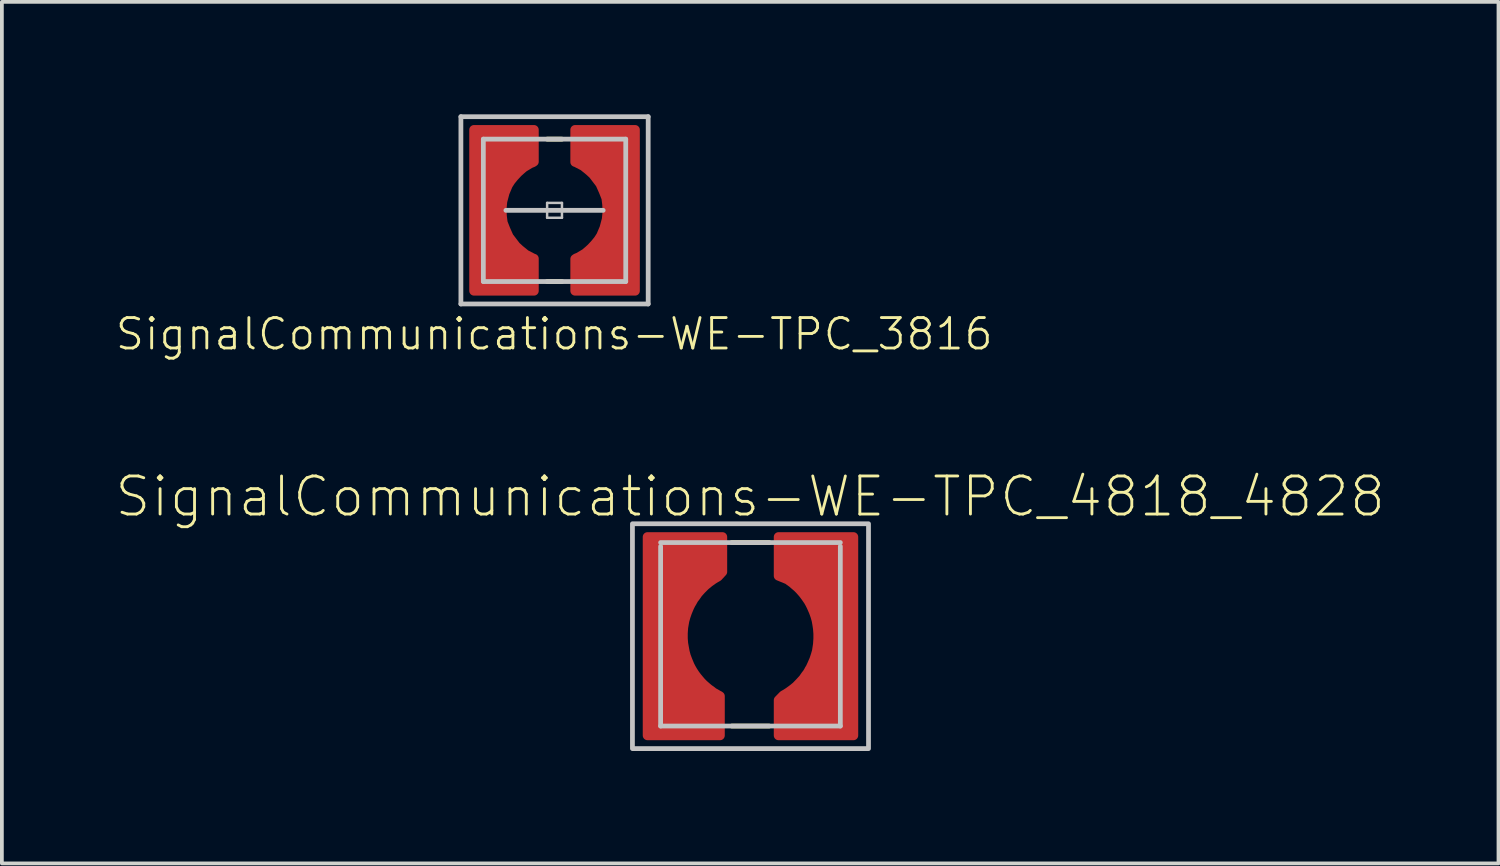
<source format=kicad_pcb>
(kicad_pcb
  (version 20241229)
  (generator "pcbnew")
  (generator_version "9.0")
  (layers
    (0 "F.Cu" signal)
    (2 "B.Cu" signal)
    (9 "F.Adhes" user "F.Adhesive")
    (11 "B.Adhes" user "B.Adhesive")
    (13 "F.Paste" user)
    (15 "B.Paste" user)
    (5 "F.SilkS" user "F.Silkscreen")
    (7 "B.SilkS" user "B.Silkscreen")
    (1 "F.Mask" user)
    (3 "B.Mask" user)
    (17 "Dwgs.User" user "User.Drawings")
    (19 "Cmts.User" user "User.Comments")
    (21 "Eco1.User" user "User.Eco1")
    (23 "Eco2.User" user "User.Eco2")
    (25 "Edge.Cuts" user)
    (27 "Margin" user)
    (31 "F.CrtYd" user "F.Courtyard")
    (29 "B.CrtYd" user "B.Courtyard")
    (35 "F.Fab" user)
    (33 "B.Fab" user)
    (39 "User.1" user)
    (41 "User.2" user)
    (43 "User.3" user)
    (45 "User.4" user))
  (footprint "SignalCommunications-WE-TPC_3816"
    (layer "F.Cu")
    (at 11.749 2.563)
    (property "Reference" "SignalCommunications-WE-TPC_3816" (at -0.008 3.302 0) (layer "F.SilkS") (effects (font (size 0.813 0.813) (thickness 0.076))))
    (attr smd)
    (fp_poly (pts (xy -2.149 -2.149) (xy -0.549 -2.149) (xy -0.549 -1.298) (xy -0.579 -1.278) (xy -0.648 -1.25) (xy -0.699 -1.219) (xy -0.818 -1.148) (xy -0.899 -1.079) (xy -0.978 -1.008) (xy -1.079 -0.899) (xy -1.168 -0.79) (xy -1.24 -0.678) (xy -1.328 -0.47) (xy -1.389 -0.239) (xy -1.41 -0.028) (xy -1.4 0.157) (xy -1.379 0.328) (xy -1.308 0.508) (xy -1.219 0.709) (xy -1.029 0.958) (xy -0.93 1.049) (xy -0.77 1.179) (xy -0.559 1.288) (xy -0.549 1.288) (xy -0.549 2.149) (xy -2.149 2.149) (xy -2.149 -2.149)) (stroke (width 0.254) (type solid)) (fill yes) (layer "F.Cu"))
    (fp_poly (pts (xy 2.149 2.149) (xy 0.549 2.149) (xy 0.549 1.298) (xy 0.579 1.278) (xy 0.648 1.25) (xy 0.699 1.219) (xy 0.818 1.148) (xy 0.899 1.079) (xy 0.978 1.008) (xy 1.079 0.899) (xy 1.168 0.79) (xy 1.24 0.678) (xy 1.328 0.47) (xy 1.389 0.239) (xy 1.41 0.028) (xy 1.4 -0.157) (xy 1.379 -0.328) (xy 1.308 -0.508) (xy 1.219 -0.709) (xy 1.029 -0.958) (xy 0.93 -1.049) (xy 0.77 -1.179) (xy 0.559 -1.288) (xy 0.549 -1.288) (xy 0.549 -2.149) (xy 2.149 -2.149) (xy 2.149 2.149)) (stroke (width 0.254) (type solid)) (fill yes) (layer "F.Cu"))
    (fp_poly (pts (xy -2.248 -2.248) (xy -0.45 -2.248) (xy -0.45 -1.219) (xy -0.579 -1.168) (xy -0.749 -1.069) (xy -0.909 -0.93) (xy -1.049 -0.78) (xy -1.158 -0.62) (xy -1.26 -0.378) (xy -1.288 -0.218) (xy -1.308 0.018) (xy -1.298 0.13) (xy -1.27 0.29) (xy -1.219 0.46) (xy -1.138 0.638) (xy -1.008 0.828) (xy -0.95 0.899) (xy -0.859 0.988) (xy -0.719 1.09) (xy -0.61 1.158) (xy -0.488 1.209) (xy -0.45 1.229) (xy -0.45 2.248) (xy -2.248 2.248) (xy -2.248 -2.248)) (stroke (width 0.254) (type solid)) (fill yes) (layer "F.Mask"))
    (fp_poly (pts (xy 2.248 2.248) (xy 0.45 2.248) (xy 0.45 1.219) (xy 0.579 1.168) (xy 0.749 1.069) (xy 0.909 0.93) (xy 1.049 0.78) (xy 1.158 0.62) (xy 1.26 0.378) (xy 1.288 0.218) (xy 1.308 -0.018) (xy 1.298 -0.13) (xy 1.27 -0.29) (xy 1.219 -0.46) (xy 1.138 -0.638) (xy 1.008 -0.828) (xy 0.95 -0.899) (xy 0.859 -0.988) (xy 0.719 -1.09) (xy 0.61 -1.158) (xy 0.488 -1.209) (xy 0.45 -1.229) (xy 0.45 -2.248) (xy 2.248 -2.248) (xy 2.248 2.248)) (stroke (width 0.254) (type solid)) (fill yes) (layer "F.Mask"))
    (fp_line (start -0.198 -1.9) (end 0.198 -1.9) (stroke (width 0.127) (type solid)) (layer "F.SilkS"))
    (fp_line (start -0.198 1.9) (end 0.198 1.9) (stroke (width 0.127) (type solid)) (layer "F.SilkS"))
    (fp_poly (pts (xy -0.549 -2.149) (xy -0.549 -1.288) (xy -0.599 -1.27) (xy -0.678 -1.229) (xy -0.77 -1.179) (xy -0.859 -1.11) (xy -0.93 -1.049) (xy -1.1 -0.879) (xy -1.219 -0.719) (xy -1.288 -0.569) (xy -1.369 -0.348) (xy -1.4 -0.119) (xy -1.41 0.048) (xy -1.379 0.249) (xy -1.349 0.399) (xy -1.288 0.559) (xy -1.199 0.729) (xy -1.079 0.909) (xy -0.93 1.049) (xy -0.859 1.11) (xy -0.749 1.189) (xy -0.549 1.288) (xy -0.549 2.149) (xy -2.149 2.149) (xy -2.149 -2.149) (xy -0.549 -2.149)) (stroke (width 0.254) (type solid)) (fill yes) (layer "F.Paste"))
    (fp_poly (pts (xy 0.549 2.149) (xy 0.549 1.288) (xy 0.599 1.27) (xy 0.678 1.229) (xy 0.77 1.179) (xy 0.859 1.11) (xy 0.93 1.049) (xy 1.1 0.879) (xy 1.219 0.719) (xy 1.288 0.569) (xy 1.369 0.348) (xy 1.4 0.119) (xy 1.41 -0.048) (xy 1.379 -0.249) (xy 1.349 -0.399) (xy 1.288 -0.559) (xy 1.199 -0.729) (xy 1.079 -0.909) (xy 0.93 -1.049) (xy 0.859 -1.11) (xy 0.749 -1.189) (xy 0.549 -1.288) (xy 0.549 -2.149) (xy 2.149 -2.149) (xy 2.149 2.149) (xy 0.549 2.149)) (stroke (width 0.254) (type solid)) (fill yes) (layer "F.Paste"))
    (fp_line (start -2.499 -2.499) (end 2.499 -2.499) (stroke (width 0.127) (type solid)) (layer "Dwgs.User"))
    (fp_line (start -2.499 2.499) (end -2.499 -2.499) (stroke (width 0.127) (type solid)) (layer "Dwgs.User"))
    (fp_line (start -1.9 -1.9) (end 1.9 -1.9) (stroke (width 0.127) (type solid)) (layer "Dwgs.User"))
    (fp_line (start -1.9 1.9) (end -1.9 -1.9) (stroke (width 0.127) (type solid)) (layer "Dwgs.User"))
    (fp_line (start -1.298 0) (end 1.298 0) (stroke (width 0.127) (type solid)) (layer "Dwgs.User"))
    (fp_line (start -0.198 -0.198) (end 0.198 -0.198) (stroke (width 0.066) (type solid)) (layer "Dwgs.User"))
    (fp_line (start -0.198 0.198) (end -0.198 -0.198) (stroke (width 0.066) (type solid)) (layer "Dwgs.User"))
    (fp_line (start -0.198 0.198) (end 0.198 0.198) (stroke (width 0.066) (type solid)) (layer "Dwgs.User"))
    (fp_line (start 0.198 0.198) (end 0.198 -0.198) (stroke (width 0.066) (type solid)) (layer "Dwgs.User"))
    (fp_line (start 1.9 -1.9) (end 1.9 1.9) (stroke (width 0.127) (type solid)) (layer "Dwgs.User"))
    (fp_line (start 1.9 1.9) (end -1.9 1.9) (stroke (width 0.127) (type solid)) (layer "Dwgs.User"))
    (fp_line (start 2.499 -2.499) (end 2.499 2.499) (stroke (width 0.127) (type solid)) (layer "Dwgs.User"))
    (fp_line (start 2.499 2.499) (end -2.499 2.499) (stroke (width 0.127) (type solid)) (layer "Dwgs.User"))
    (pad "1" smd rect (at -1.798 0 90) (size 4.298 0.599) (layers "F.Cu" "F.Mask" "F.Paste"))
    (pad "2" smd rect (at 1.798 0 270) (size 4.298 0.599) (layers "F.Cu" "F.Mask" "F.Paste")))
  (footprint "SignalCommunications-WE-TPC_4818_4828"
    (layer "F.Cu")
    (at 16.978 13.928)
    (property "Reference" "SignalCommunications-WE-TPC_4818_4828" (at -0.008 -3.726 0) (layer "F.SilkS") (effects (font (size 1.016 1.016) (thickness 0.076))))
    (attr smd)
    (fp_poly (pts (xy -0.813 2.649) (xy -0.813 1.6) (xy -0.991 1.499) (xy -1.039 1.46) (xy -1.11 1.41) (xy -1.171 1.359) (xy -1.25 1.29) (xy -1.311 1.229) (xy -1.369 1.161) (xy -1.42 1.1) (xy -1.481 1.019) (xy -1.539 0.93) (xy -1.58 0.859) (xy -1.621 0.78) (xy -1.679 0.64) (xy -1.72 0.531) (xy -1.75 0.419) (xy -1.77 0.31) (xy -1.791 0.191) (xy -1.801 0.061) (xy -1.801 -0.079) (xy -1.791 -0.229) (xy -1.76 -0.409) (xy -1.73 -0.518) (xy -1.689 -0.638) (xy -1.631 -0.777) (xy -1.59 -0.859) (xy -1.56 -0.907) (xy -1.539 -0.947) (xy -1.509 -0.998) (xy -1.471 -1.046) (xy -1.4 -1.148) (xy -1.311 -1.247) (xy -1.209 -1.349) (xy -1.1 -1.438) (xy -1.001 -1.509) (xy -0.94 -1.547) (xy -0.869 -1.587) (xy -0.749 -1.717) (xy -0.749 -2.649) (xy -2.748 -2.649) (xy -2.748 2.649) (xy -0.813 2.649)) (stroke (width 0.254) (type solid)) (fill yes) (layer "F.Cu"))
    (fp_poly (pts (xy 0.749 -2.649) (xy 0.749 -1.61) (xy 0.996 -1.509) (xy 1.046 -1.471) (xy 1.118 -1.42) (xy 1.176 -1.369) (xy 1.257 -1.3) (xy 1.316 -1.24) (xy 1.377 -1.171) (xy 1.427 -1.11) (xy 1.486 -1.029) (xy 1.547 -0.94) (xy 1.587 -0.869) (xy 1.626 -0.79) (xy 1.687 -0.65) (xy 1.727 -0.538) (xy 1.758 -0.429) (xy 1.778 -0.32) (xy 1.796 -0.201) (xy 1.806 -0.069) (xy 1.806 0.069) (xy 1.796 0.218) (xy 1.768 0.399) (xy 1.737 0.508) (xy 1.697 0.627) (xy 1.636 0.767) (xy 1.598 0.848) (xy 1.567 0.897) (xy 1.547 0.937) (xy 1.516 0.988) (xy 1.476 1.039) (xy 1.407 1.138) (xy 1.316 1.237) (xy 1.217 1.339) (xy 1.107 1.427) (xy 1.006 1.499) (xy 0.947 1.537) (xy 0.876 1.577) (xy 0.749 1.707) (xy 0.749 2.649) (xy 2.748 2.649) (xy 2.748 -2.649) (xy 0.749 -2.649)) (stroke (width 0.254) (type solid)) (fill yes) (layer "F.Cu"))
    (fp_poly (pts (xy -0.648 2.748) (xy -0.648 1.621) (xy -0.983 1.519) (xy -1.034 1.481) (xy -1.105 1.43) (xy -1.163 1.379) (xy -1.245 1.311) (xy -1.303 1.25) (xy -1.364 1.179) (xy -1.415 1.12) (xy -1.473 1.039) (xy -1.534 0.95) (xy -1.575 0.879) (xy -1.613 0.8) (xy -1.674 0.66) (xy -1.714 0.549) (xy -1.745 0.439) (xy -1.763 0.33) (xy -1.783 0.211) (xy -1.793 0.079) (xy -1.793 -0.058) (xy -1.783 -0.208) (xy -1.753 -0.389) (xy -1.725 -0.498) (xy -1.684 -0.617) (xy -1.623 -0.757) (xy -1.585 -0.838) (xy -1.554 -0.889) (xy -1.534 -0.927) (xy -1.504 -0.978) (xy -1.463 -1.029) (xy -1.394 -1.128) (xy -1.303 -1.227) (xy -1.204 -1.328) (xy -1.095 -1.417) (xy -0.993 -1.488) (xy -0.935 -1.527) (xy -0.864 -1.567) (xy -0.648 -1.697) (xy -0.648 -2.748) (xy -2.85 -2.748) (xy -2.85 2.748) (xy -0.648 2.748)) (stroke (width 0.254) (type solid)) (fill yes) (layer "F.Mask"))
    (fp_poly (pts (xy 0.648 -2.748) (xy 0.648 -1.603) (xy 0.98 -1.504) (xy 1.029 -1.463) (xy 1.1 -1.415) (xy 1.161 -1.364) (xy 1.24 -1.293) (xy 1.3 -1.234) (xy 1.359 -1.163) (xy 1.41 -1.105) (xy 1.471 -1.024) (xy 1.529 -0.935) (xy 1.57 -0.864) (xy 1.61 -0.785) (xy 1.669 -0.643) (xy 1.709 -0.533) (xy 1.74 -0.424) (xy 1.76 -0.315) (xy 1.781 -0.193) (xy 1.791 -0.064) (xy 1.791 0.074) (xy 1.781 0.224) (xy 1.75 0.404) (xy 1.72 0.513) (xy 1.679 0.635) (xy 1.621 0.775) (xy 1.58 0.853) (xy 1.549 0.904) (xy 1.529 0.945) (xy 1.499 0.993) (xy 1.46 1.044) (xy 1.389 1.143) (xy 1.3 1.245) (xy 1.199 1.344) (xy 1.09 1.433) (xy 0.991 1.504) (xy 0.93 1.544) (xy 0.859 1.585) (xy 0.648 1.714) (xy 0.648 2.748) (xy 2.85 2.748) (xy 2.85 -2.748) (xy 0.648 -2.748)) (stroke (width 0.254) (type solid)) (fill yes) (layer "F.Mask"))
    (fp_line (start -0.498 -2.499) (end 0.498 -2.499) (stroke (width 0.127) (type solid)) (layer "F.SilkS"))
    (fp_line (start -0.498 2.398) (end 0.498 2.398) (stroke (width 0.127) (type solid)) (layer "F.SilkS"))
    (fp_poly (pts (xy -0.818 2.649) (xy -0.818 1.603) (xy -0.993 1.501) (xy -1.044 1.46) (xy -1.113 1.412) (xy -1.173 1.361) (xy -1.255 1.293) (xy -1.313 1.232) (xy -1.374 1.161) (xy -1.425 1.102) (xy -1.483 1.021) (xy -1.544 0.932) (xy -1.585 0.861) (xy -1.623 0.782) (xy -1.684 0.643) (xy -1.725 0.531) (xy -1.753 0.422) (xy -1.773 0.312) (xy -1.793 0.191) (xy -1.803 0.061) (xy -1.803 -0.076) (xy -1.793 -0.226) (xy -1.763 -0.406) (xy -1.735 -0.516) (xy -1.694 -0.635) (xy -1.633 -0.775) (xy -1.593 -0.856) (xy -1.565 -0.907) (xy -1.544 -0.945) (xy -1.514 -0.996) (xy -1.473 -1.046) (xy -1.405 -1.146) (xy -1.313 -1.245) (xy -1.214 -1.346) (xy -1.105 -1.435) (xy -1.003 -1.506) (xy -0.945 -1.547) (xy -0.874 -1.585) (xy -0.749 -1.714) (xy -0.749 -2.649) (xy -2.748 -2.649) (xy -2.748 2.649) (xy -0.818 2.649)) (stroke (width 0.254) (type solid)) (fill yes) (layer "F.Paste"))
    (fp_poly (pts (xy 0.749 -2.649) (xy 0.749 -1.6) (xy 0.973 -1.499) (xy 1.024 -1.46) (xy 1.092 -1.41) (xy 1.153 -1.359) (xy 1.232 -1.29) (xy 1.293 -1.229) (xy 1.354 -1.161) (xy 1.402 -1.1) (xy 1.463 -1.019) (xy 1.524 -0.93) (xy 1.562 -0.859) (xy 1.603 -0.78) (xy 1.664 -0.64) (xy 1.702 -0.531) (xy 1.732 -0.419) (xy 1.753 -0.31) (xy 1.773 -0.191) (xy 1.783 -0.061) (xy 1.783 0.079) (xy 1.773 0.229) (xy 1.742 0.409) (xy 1.712 0.518) (xy 1.674 0.638) (xy 1.613 0.777) (xy 1.572 0.859) (xy 1.542 0.907) (xy 1.524 0.947) (xy 1.494 0.998) (xy 1.453 1.046) (xy 1.382 1.148) (xy 1.293 1.247) (xy 1.194 1.349) (xy 1.082 1.438) (xy 0.983 1.509) (xy 0.922 1.547) (xy 0.853 1.587) (xy 0.749 1.717) (xy 0.749 2.649) (xy 2.748 2.649) (xy 2.748 -2.649) (xy 0.749 -2.649)) (stroke (width 0.254) (type solid)) (fill yes) (layer "F.Paste"))
    (fp_line (start -2.398 2.398) (end -2.398 -2.398) (stroke (width 0.127) (type solid)) (layer "Dwgs.User"))
    (fp_line (start 2.398 -2.499) (end -2.398 -2.499) (stroke (width 0.127) (type solid)) (layer "Dwgs.User"))
    (fp_line (start 2.398 2.398) (end -2.398 2.398) (stroke (width 0.127) (type solid)) (layer "Dwgs.User"))
    (fp_line (start 2.398 2.398) (end 2.398 -2.398) (stroke (width 0.127) (type solid)) (layer "Dwgs.User"))
    (fp_poly (pts (xy -3.15 -3) (xy 3.15 -3) (xy 3.15 3) (xy -3.15 3) (xy -3.15 -3)) (stroke (width 0.127) (type solid)) (fill no) (layer "Dwgs.User"))
    (pad "1" smd rect (at -2.299 0 90) (size 5.298 0.798) (layers "F.Cu" "F.Mask" "F.Paste"))
    (pad "2" smd rect (at 2.299 0 270) (size 5.298 0.798) (layers "F.Cu" "F.Mask" "F.Paste")))
  (gr_rect
    (start -3 -3)
    (end 36.94 19.992)
    (stroke (width 0.1) (type default))
    (fill no)
    (layer "Edge.Cuts")))
</source>
